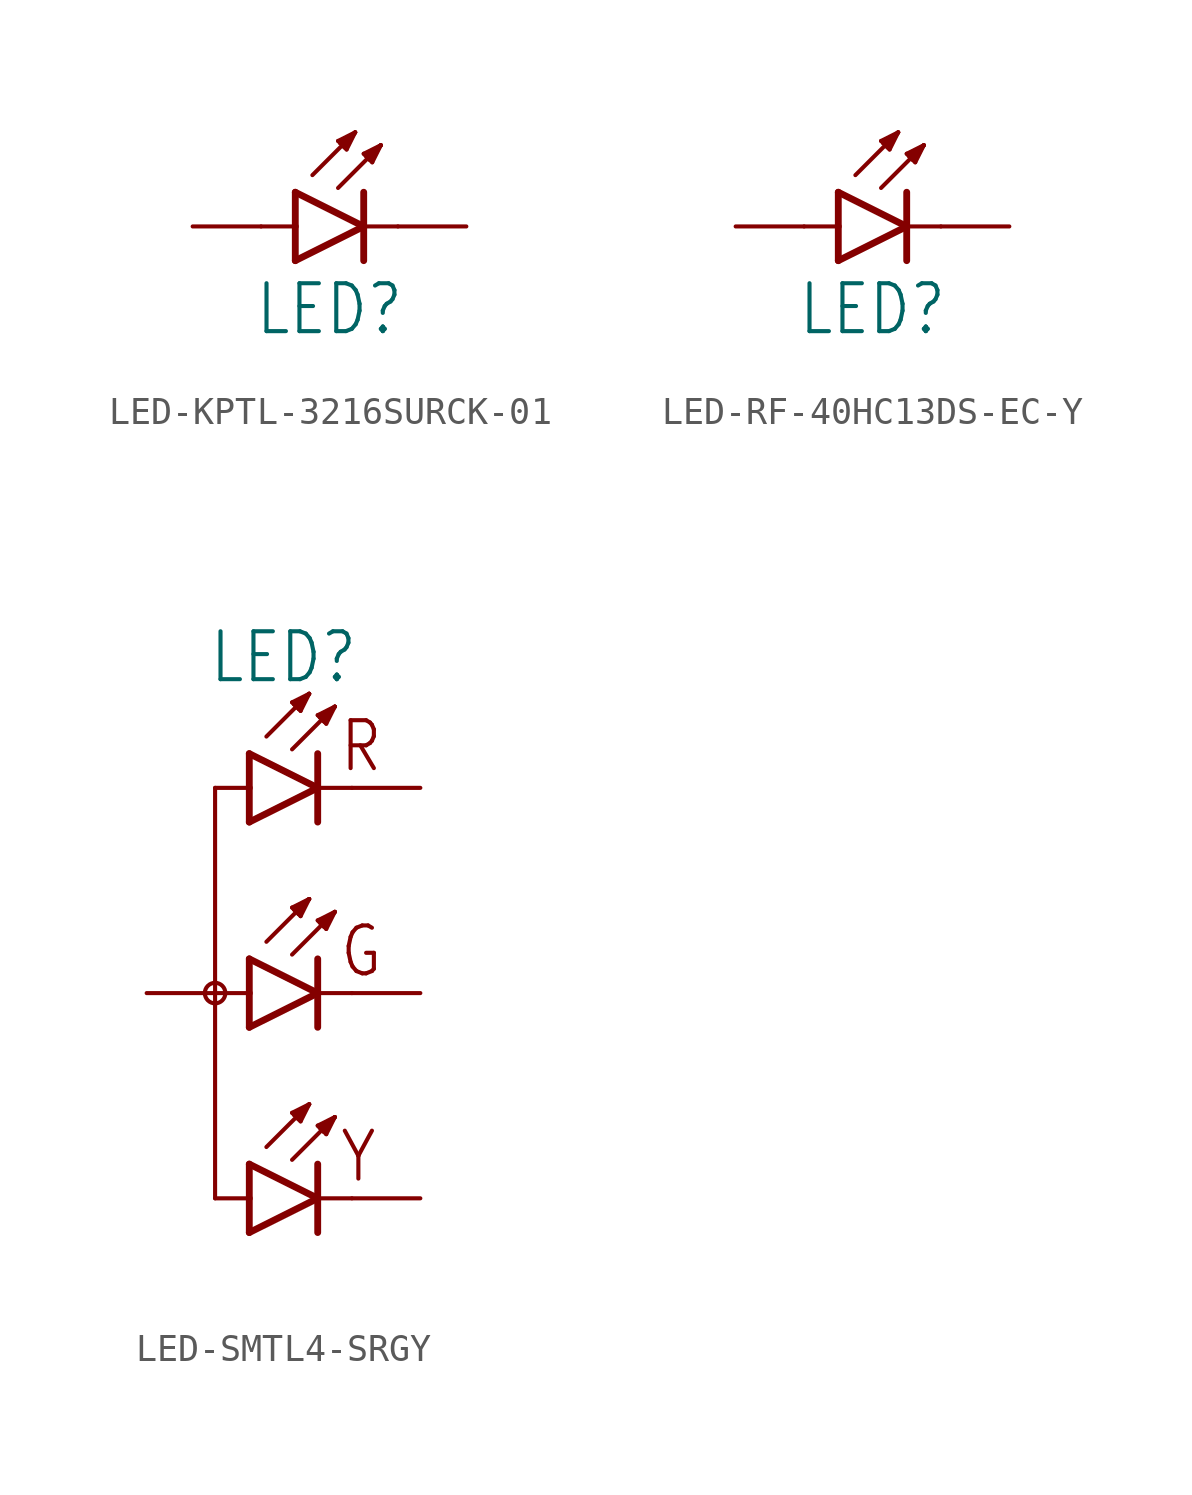
<source format=kicad_sym>
(kicad_symbol_lib
  (version 20231120)
  (generator "kicad_symbol_editor")
  (generator_version "8.0")
  (symbol "LED-KPTL-3216SURCK-01"
    (property "Reference" "LED"
      (at 0 -2.032 0)
      (effects (font (size 1.778 1.511)) (justify top)))
    (property "Value" ""
      (at 0 -4.572 0)
      (effects (font (size 1.778 1.511)) (justify top)))
    (property "ki_locked" ""
      (at 0 0 0)
      (effects (font (size 1.27 1.27))))
    (symbol "LED-KPTL-3216SURCK-01_1_0"
      (polyline (pts (xy -2.54 0) (xy -1.27 0)) (stroke (width 0.152) (type solid)) (fill (type none)))
      (polyline (pts (xy -1.27 -1.27) (xy 1.27 0)) (stroke (width 0.254) (type solid)) (fill (type none)))
      (polyline (pts (xy -1.27 0) (xy -1.27 -1.27)) (stroke (width 0.254) (type solid)) (fill (type none)))
      (polyline (pts (xy -1.27 1.27) (xy -1.27 0)) (stroke (width 0.254) (type solid)) (fill (type none)))
      (polyline (pts (xy -0.635 1.905) (xy 0.953 3.493)) (stroke (width 0.152) (type solid)) (fill (type none)))
      (polyline (pts (xy 0.318 1.429) (xy 1.905 3.016)) (stroke (width 0.152) (type solid)) (fill (type none)))
      (polyline (pts (xy 0.318 3.175) (xy 0.397 3.096)) (stroke (width 0.152) (type solid)) (fill (type none)))
      (polyline (pts (xy 0.397 3.096) (xy 0.556 2.937)) (stroke (width 0.152) (type solid)) (fill (type none)))
      (polyline (pts (xy 0.556 2.937) (xy 0.635 2.857)) (stroke (width 0.152) (type solid)) (fill (type none)))
      (polyline (pts (xy 0.635 2.857) (xy 0.953 3.493)) (stroke (width 0.152) (type solid)) (fill (type none)))
      (polyline (pts (xy 0.953 3.493) (xy 0.318 3.175)) (stroke (width 0.152) (type solid)) (fill (type none)))
      (polyline (pts (xy 0.953 3.493) (xy 0.397 3.096)) (stroke (width 0.152) (type solid)) (fill (type none)))
      (polyline (pts (xy 0.953 3.493) (xy 0.556 2.937)) (stroke (width 0.152) (type solid)) (fill (type none)))
      (polyline (pts (xy 1.27 0) (xy -1.27 1.27)) (stroke (width 0.254) (type solid)) (fill (type none)))
      (polyline (pts (xy 1.27 0) (xy 1.27 -1.27)) (stroke (width 0.254) (type solid)) (fill (type none)))
      (polyline (pts (xy 1.27 1.27) (xy 1.27 0)) (stroke (width 0.254) (type solid)) (fill (type none)))
      (polyline (pts (xy 1.27 2.699) (xy 1.349 2.619)) (stroke (width 0.152) (type solid)) (fill (type none)))
      (polyline (pts (xy 1.349 2.619) (xy 1.508 2.461)) (stroke (width 0.152) (type solid)) (fill (type none)))
      (polyline (pts (xy 1.508 2.461) (xy 1.587 2.381)) (stroke (width 0.152) (type solid)) (fill (type none)))
      (polyline (pts (xy 1.587 2.381) (xy 1.905 3.016)) (stroke (width 0.152) (type solid)) (fill (type none)))
      (polyline (pts (xy 1.905 3.016) (xy 1.27 2.699)) (stroke (width 0.152) (type solid)) (fill (type none)))
      (polyline (pts (xy 1.905 3.016) (xy 1.349 2.619)) (stroke (width 0.152) (type solid)) (fill (type none)))
      (polyline (pts (xy 1.905 3.016) (xy 1.508 2.461)) (stroke (width 0.152) (type solid)) (fill (type none)))
      (polyline (pts (xy 2.54 0) (xy 1.27 0)) (stroke (width 0.152) (type solid)) (fill (type none)))
      (pin passive line (at -5.08 0 0) (length 2.54) (name "A" (effects (font (size 0 0)))) (number "A" (effects (font (size 0 0)))))
      (pin passive line (at 5.08 0 180) (length 2.54) (name "C" (effects (font (size 0 0)))) (number "C" (effects (font (size 0 0)))))))
  (symbol "LED-RF-40HC13DS-EC-Y"
    (property "Reference" "LED"
      (at 0 -2.032 0)
      (effects (font (size 1.778 1.511)) (justify top)))
    (property "Value" ""
      (at 0 -4.572 0)
      (effects (font (size 1.778 1.511)) (justify top)))
    (property "ki_locked" ""
      (at 0 0 0)
      (effects (font (size 1.27 1.27))))
    (symbol "LED-RF-40HC13DS-EC-Y_1_0"
      (polyline (pts (xy -2.54 0) (xy -1.27 0)) (stroke (width 0.152) (type solid)) (fill (type none)))
      (polyline (pts (xy -1.27 -1.27) (xy 1.27 0)) (stroke (width 0.254) (type solid)) (fill (type none)))
      (polyline (pts (xy -1.27 0) (xy -1.27 -1.27)) (stroke (width 0.254) (type solid)) (fill (type none)))
      (polyline (pts (xy -1.27 1.27) (xy -1.27 0)) (stroke (width 0.254) (type solid)) (fill (type none)))
      (polyline (pts (xy -0.635 1.905) (xy 0.953 3.493)) (stroke (width 0.152) (type solid)) (fill (type none)))
      (polyline (pts (xy 0.318 1.429) (xy 1.905 3.016)) (stroke (width 0.152) (type solid)) (fill (type none)))
      (polyline (pts (xy 0.318 3.175) (xy 0.397 3.096)) (stroke (width 0.152) (type solid)) (fill (type none)))
      (polyline (pts (xy 0.397 3.096) (xy 0.556 2.937)) (stroke (width 0.152) (type solid)) (fill (type none)))
      (polyline (pts (xy 0.556 2.937) (xy 0.635 2.857)) (stroke (width 0.152) (type solid)) (fill (type none)))
      (polyline (pts (xy 0.635 2.857) (xy 0.953 3.493)) (stroke (width 0.152) (type solid)) (fill (type none)))
      (polyline (pts (xy 0.953 3.493) (xy 0.318 3.175)) (stroke (width 0.152) (type solid)) (fill (type none)))
      (polyline (pts (xy 0.953 3.493) (xy 0.397 3.096)) (stroke (width 0.152) (type solid)) (fill (type none)))
      (polyline (pts (xy 0.953 3.493) (xy 0.556 2.937)) (stroke (width 0.152) (type solid)) (fill (type none)))
      (polyline (pts (xy 1.27 0) (xy -1.27 1.27)) (stroke (width 0.254) (type solid)) (fill (type none)))
      (polyline (pts (xy 1.27 0) (xy 1.27 -1.27)) (stroke (width 0.254) (type solid)) (fill (type none)))
      (polyline (pts (xy 1.27 1.27) (xy 1.27 0)) (stroke (width 0.254) (type solid)) (fill (type none)))
      (polyline (pts (xy 1.27 2.699) (xy 1.349 2.619)) (stroke (width 0.152) (type solid)) (fill (type none)))
      (polyline (pts (xy 1.349 2.619) (xy 1.508 2.461)) (stroke (width 0.152) (type solid)) (fill (type none)))
      (polyline (pts (xy 1.508 2.461) (xy 1.587 2.381)) (stroke (width 0.152) (type solid)) (fill (type none)))
      (polyline (pts (xy 1.587 2.381) (xy 1.905 3.016)) (stroke (width 0.152) (type solid)) (fill (type none)))
      (polyline (pts (xy 1.905 3.016) (xy 1.27 2.699)) (stroke (width 0.152) (type solid)) (fill (type none)))
      (polyline (pts (xy 1.905 3.016) (xy 1.349 2.619)) (stroke (width 0.152) (type solid)) (fill (type none)))
      (polyline (pts (xy 1.905 3.016) (xy 1.508 2.461)) (stroke (width 0.152) (type solid)) (fill (type none)))
      (polyline (pts (xy 2.54 0) (xy 1.27 0)) (stroke (width 0.152) (type solid)) (fill (type none)))
      (pin passive line (at -5.08 0 0) (length 2.54) (name "A" (effects (font (size 0 0)))) (number "AA" (effects (font (size 0 0)))))
      (pin passive line (at 5.08 0 180) (length 2.54) (name "C" (effects (font (size 0 0)))) (number "CC" (effects (font (size 0 0)))))))
  (symbol "LED-SMTL4-SRGY"
    (property "Reference" "LED"
      (at 0 11.43 0)
      (effects (font (size 1.778 1.511)) (justify bottom)))
    (property "Value" ""
      (at 1.016 -9.398 0)
      (effects (font (size 1.778 1.511)) (justify top)))
    (property "ki_locked" ""
      (at 0 0 0)
      (effects (font (size 1.27 1.27))))
    (symbol "LED-SMTL4-SRGY_1_0"
      (circle (center -2.54 0) (radius 0.381) (stroke (width 0) (type solid)) (fill (type none)))
      (polyline (pts (xy -2.54 -7.62) (xy -2.54 0)) (stroke (width 0.152) (type solid)) (fill (type none)))
      (polyline (pts (xy -2.54 -7.62) (xy -1.27 -7.62)) (stroke (width 0.152) (type solid)) (fill (type none)))
      (polyline (pts (xy -2.54 0) (xy -2.54 7.62)) (stroke (width 0.152) (type solid)) (fill (type none)))
      (polyline (pts (xy -2.54 0) (xy -1.27 0)) (stroke (width 0.152) (type solid)) (fill (type none)))
      (polyline (pts (xy -2.54 7.62) (xy -1.27 7.62)) (stroke (width 0.152) (type solid)) (fill (type none)))
      (polyline (pts (xy -1.27 -8.89) (xy 1.27 -7.62)) (stroke (width 0.254) (type solid)) (fill (type none)))
      (polyline (pts (xy -1.27 -7.62) (xy -1.27 -8.89)) (stroke (width 0.254) (type solid)) (fill (type none)))
      (polyline (pts (xy -1.27 -6.35) (xy -1.27 -7.62)) (stroke (width 0.254) (type solid)) (fill (type none)))
      (polyline (pts (xy -1.27 -1.27) (xy 1.27 0)) (stroke (width 0.254) (type solid)) (fill (type none)))
      (polyline (pts (xy -1.27 0) (xy -1.27 -1.27)) (stroke (width 0.254) (type solid)) (fill (type none)))
      (polyline (pts (xy -1.27 1.27) (xy -1.27 0)) (stroke (width 0.254) (type solid)) (fill (type none)))
      (polyline (pts (xy -1.27 6.35) (xy 1.27 7.62)) (stroke (width 0.254) (type solid)) (fill (type none)))
      (polyline (pts (xy -1.27 7.62) (xy -1.27 6.35)) (stroke (width 0.254) (type solid)) (fill (type none)))
      (polyline (pts (xy -1.27 8.89) (xy -1.27 7.62)) (stroke (width 0.254) (type solid)) (fill (type none)))
      (polyline (pts (xy -0.635 -5.715) (xy 0.953 -4.128)) (stroke (width 0.152) (type solid)) (fill (type none)))
      (polyline (pts (xy -0.635 1.905) (xy 0.953 3.493)) (stroke (width 0.152) (type solid)) (fill (type none)))
      (polyline (pts (xy -0.635 9.525) (xy 0.953 11.113)) (stroke (width 0.152) (type solid)) (fill (type none)))
      (polyline (pts (xy 0.318 -6.191) (xy 1.905 -4.604)) (stroke (width 0.152) (type solid)) (fill (type none)))
      (polyline (pts (xy 0.318 -4.445) (xy 0.397 -4.524)) (stroke (width 0.152) (type solid)) (fill (type none)))
      (polyline (pts (xy 0.318 1.429) (xy 1.905 3.016)) (stroke (width 0.152) (type solid)) (fill (type none)))
      (polyline (pts (xy 0.318 3.175) (xy 0.397 3.096)) (stroke (width 0.152) (type solid)) (fill (type none)))
      (polyline (pts (xy 0.318 9.049) (xy 1.905 10.636)) (stroke (width 0.152) (type solid)) (fill (type none)))
      (polyline (pts (xy 0.318 10.795) (xy 0.397 10.716)) (stroke (width 0.152) (type solid)) (fill (type none)))
      (polyline (pts (xy 0.397 -4.524) (xy 0.556 -4.683)) (stroke (width 0.152) (type solid)) (fill (type none)))
      (polyline (pts (xy 0.397 3.096) (xy 0.556 2.937)) (stroke (width 0.152) (type solid)) (fill (type none)))
      (polyline (pts (xy 0.397 10.716) (xy 0.556 10.557)) (stroke (width 0.152) (type solid)) (fill (type none)))
      (polyline (pts (xy 0.556 -4.683) (xy 0.635 -4.763)) (stroke (width 0.152) (type solid)) (fill (type none)))
      (polyline (pts (xy 0.556 2.937) (xy 0.635 2.857)) (stroke (width 0.152) (type solid)) (fill (type none)))
      (polyline (pts (xy 0.556 10.557) (xy 0.635 10.477)) (stroke (width 0.152) (type solid)) (fill (type none)))
      (polyline (pts (xy 0.635 -4.763) (xy 0.953 -4.128)) (stroke (width 0.152) (type solid)) (fill (type none)))
      (polyline (pts (xy 0.635 2.857) (xy 0.953 3.493)) (stroke (width 0.152) (type solid)) (fill (type none)))
      (polyline (pts (xy 0.635 10.477) (xy 0.953 11.113)) (stroke (width 0.152) (type solid)) (fill (type none)))
      (polyline (pts (xy 0.953 -4.128) (xy 0.318 -4.445)) (stroke (width 0.152) (type solid)) (fill (type none)))
      (polyline (pts (xy 0.953 -4.128) (xy 0.397 -4.524)) (stroke (width 0.152) (type solid)) (fill (type none)))
      (polyline (pts (xy 0.953 -4.128) (xy 0.556 -4.683)) (stroke (width 0.152) (type solid)) (fill (type none)))
      (polyline (pts (xy 0.953 3.493) (xy 0.318 3.175)) (stroke (width 0.152) (type solid)) (fill (type none)))
      (polyline (pts (xy 0.953 3.493) (xy 0.397 3.096)) (stroke (width 0.152) (type solid)) (fill (type none)))
      (polyline (pts (xy 0.953 3.493) (xy 0.556 2.937)) (stroke (width 0.152) (type solid)) (fill (type none)))
      (polyline (pts (xy 0.953 11.113) (xy 0.318 10.795)) (stroke (width 0.152) (type solid)) (fill (type none)))
      (polyline (pts (xy 0.953 11.113) (xy 0.397 10.716)) (stroke (width 0.152) (type solid)) (fill (type none)))
      (polyline (pts (xy 0.953 11.113) (xy 0.556 10.557)) (stroke (width 0.152) (type solid)) (fill (type none)))
      (polyline (pts (xy 1.27 -7.62) (xy -1.27 -6.35)) (stroke (width 0.254) (type solid)) (fill (type none)))
      (polyline (pts (xy 1.27 -7.62) (xy 1.27 -8.89)) (stroke (width 0.254) (type solid)) (fill (type none)))
      (polyline (pts (xy 1.27 -6.35) (xy 1.27 -7.62)) (stroke (width 0.254) (type solid)) (fill (type none)))
      (polyline (pts (xy 1.27 -4.921) (xy 1.349 -5.001)) (stroke (width 0.152) (type solid)) (fill (type none)))
      (polyline (pts (xy 1.27 0) (xy -1.27 1.27)) (stroke (width 0.254) (type solid)) (fill (type none)))
      (polyline (pts (xy 1.27 0) (xy 1.27 -1.27)) (stroke (width 0.254) (type solid)) (fill (type none)))
      (polyline (pts (xy 1.27 1.27) (xy 1.27 0)) (stroke (width 0.254) (type solid)) (fill (type none)))
      (polyline (pts (xy 1.27 2.699) (xy 1.349 2.619)) (stroke (width 0.152) (type solid)) (fill (type none)))
      (polyline (pts (xy 1.27 7.62) (xy -1.27 8.89)) (stroke (width 0.254) (type solid)) (fill (type none)))
      (polyline (pts (xy 1.27 7.62) (xy 1.27 6.35)) (stroke (width 0.254) (type solid)) (fill (type none)))
      (polyline (pts (xy 1.27 8.89) (xy 1.27 7.62)) (stroke (width 0.254) (type solid)) (fill (type none)))
      (polyline (pts (xy 1.27 10.319) (xy 1.349 10.239)) (stroke (width 0.152) (type solid)) (fill (type none)))
      (polyline (pts (xy 1.349 -5.001) (xy 1.508 -5.159)) (stroke (width 0.152) (type solid)) (fill (type none)))
      (polyline (pts (xy 1.349 2.619) (xy 1.508 2.461)) (stroke (width 0.152) (type solid)) (fill (type none)))
      (polyline (pts (xy 1.349 10.239) (xy 1.508 10.081)) (stroke (width 0.152) (type solid)) (fill (type none)))
      (polyline (pts (xy 1.508 -5.159) (xy 1.587 -5.239)) (stroke (width 0.152) (type solid)) (fill (type none)))
      (polyline (pts (xy 1.508 2.461) (xy 1.587 2.381)) (stroke (width 0.152) (type solid)) (fill (type none)))
      (polyline (pts (xy 1.508 10.081) (xy 1.587 10.001)) (stroke (width 0.152) (type solid)) (fill (type none)))
      (polyline (pts (xy 1.587 -5.239) (xy 1.905 -4.604)) (stroke (width 0.152) (type solid)) (fill (type none)))
      (polyline (pts (xy 1.587 2.381) (xy 1.905 3.016)) (stroke (width 0.152) (type solid)) (fill (type none)))
      (polyline (pts (xy 1.587 10.001) (xy 1.905 10.636)) (stroke (width 0.152) (type solid)) (fill (type none)))
      (polyline (pts (xy 1.905 -4.604) (xy 1.27 -4.921)) (stroke (width 0.152) (type solid)) (fill (type none)))
      (polyline (pts (xy 1.905 -4.604) (xy 1.349 -5.001)) (stroke (width 0.152) (type solid)) (fill (type none)))
      (polyline (pts (xy 1.905 -4.604) (xy 1.508 -5.159)) (stroke (width 0.152) (type solid)) (fill (type none)))
      (polyline (pts (xy 1.905 3.016) (xy 1.27 2.699)) (stroke (width 0.152) (type solid)) (fill (type none)))
      (polyline (pts (xy 1.905 3.016) (xy 1.349 2.619)) (stroke (width 0.152) (type solid)) (fill (type none)))
      (polyline (pts (xy 1.905 3.016) (xy 1.508 2.461)) (stroke (width 0.152) (type solid)) (fill (type none)))
      (polyline (pts (xy 1.905 10.636) (xy 1.27 10.319)) (stroke (width 0.152) (type solid)) (fill (type none)))
      (polyline (pts (xy 1.905 10.636) (xy 1.349 10.239)) (stroke (width 0.152) (type solid)) (fill (type none)))
      (polyline (pts (xy 1.905 10.636) (xy 1.508 10.081)) (stroke (width 0.152) (type solid)) (fill (type none)))
      (polyline (pts (xy 2.54 -7.62) (xy 1.27 -7.62)) (stroke (width 0.152) (type solid)) (fill (type none)))
      (polyline (pts (xy 2.54 0) (xy 1.27 0)) (stroke (width 0.152) (type solid)) (fill (type none)))
      (polyline (pts (xy 2.54 7.62) (xy 1.27 7.62)) (stroke (width 0.152) (type solid)) (fill (type none)))
      (text "G" (at 2.032 0.508 0) (effects (font (size 1.778 1.511)) (justify left bottom)))
      (text "R" (at 2.032 8.128 0) (effects (font (size 1.778 1.511)) (justify left bottom)))
      (text "Y" (at 2.032 -7.112 0) (effects (font (size 1.778 1.511)) (justify left bottom)))
      (pin passive line (at 5.08 0 180) (length 2.54) (name "C_G" (effects (font (size 0 0)))) (number "1" (effects (font (size 0 0)))))
      (pin passive line (at 5.08 -7.62 180) (length 2.54) (name "C_Y" (effects (font (size 0 0)))) (number "2" (effects (font (size 0 0)))))
      (pin passive line (at 5.08 7.62 180) (length 2.54) (name "C_R" (effects (font (size 0 0)))) (number "3" (effects (font (size 0 0)))))
      (pin passive line (at -5.08 0 0) (length 2.54) (name "A" (effects (font (size 0 0)))) (number "4" (effects (font (size 0 0))))))))
</source>
